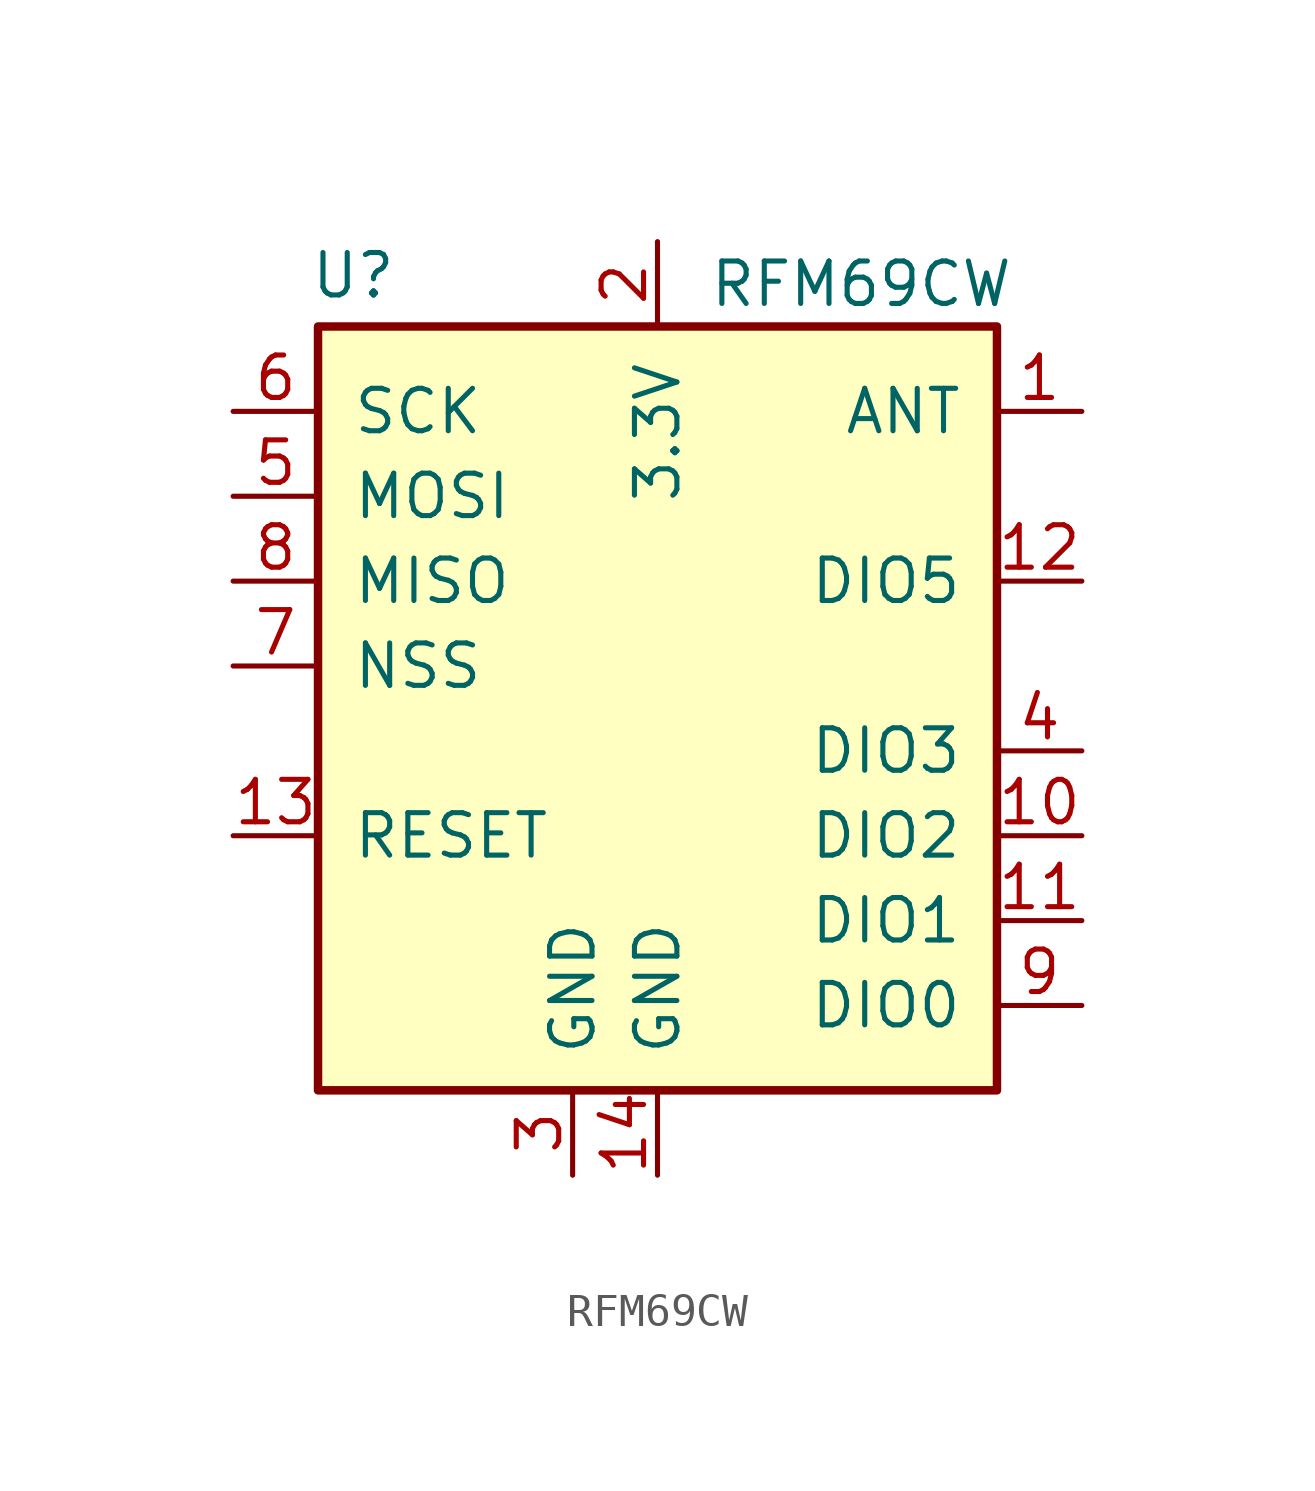
<source format=kicad_sym>
(kicad_symbol_lib
  (version 20220914)
  (generator kicad_symbol_editor)
  (symbol "RFM69CW"
    (pin_names
      (offset 1.016))
    (property "Reference" "U"
      (at -10.414 11.684 0)
      (effects (font (size 1.27 1.27)) (justify left)))
    (property "Value" "RFM69CW"
      (at 1.524 11.43 0)
      (effects (font (size 1.27 1.27)) (justify left)))
    (symbol "RFM69CW_0_1"
      (rectangle (start -10.16 10.16) (end 10.16 -12.7) (stroke (width 0.254) (type default)) (fill (type background))))
    (symbol "RFM69CW_1_1"
      (pin bidirectional line (at 12.7 7.62 180) (length 2.54) (name "ANT" (effects (font (size 1.27 1.27)))) (number "1" (effects (font (size 1.27 1.27)))))
      (pin bidirectional line (at 12.7 -5.08 180) (length 2.54) (name "DIO2" (effects (font (size 1.27 1.27)))) (number "10" (effects (font (size 1.27 1.27)))))
      (pin bidirectional line (at 12.7 -7.62 180) (length 2.54) (name "DIO1" (effects (font (size 1.27 1.27)))) (number "11" (effects (font (size 1.27 1.27)))))
      (pin bidirectional line (at 12.7 2.54 180) (length 2.54) (name "DIO5" (effects (font (size 1.27 1.27)))) (number "12" (effects (font (size 1.27 1.27)))))
      (pin bidirectional line (at -12.7 -5.08 0) (length 2.54) (name "RESET" (effects (font (size 1.27 1.27)))) (number "13" (effects (font (size 1.27 1.27)))))
      (pin power_in line (at 0 -15.24 90) (length 2.54) (name "GND" (effects (font (size 1.27 1.27)))) (number "14" (effects (font (size 1.27 1.27)))))
      (pin power_in line (at 0 12.7 270) (length 2.54) (name "3.3V" (effects (font (size 1.27 1.27)))) (number "2" (effects (font (size 1.27 1.27)))))
      (pin power_in line (at -2.54 -15.24 90) (length 2.54) (name "GND" (effects (font (size 1.27 1.27)))) (number "3" (effects (font (size 1.27 1.27)))))
      (pin bidirectional line (at 12.7 -2.54 180) (length 2.54) (name "DIO3" (effects (font (size 1.27 1.27)))) (number "4" (effects (font (size 1.27 1.27)))))
      (pin input line (at -12.7 5.08 0) (length 2.54) (name "MOSI" (effects (font (size 1.27 1.27)))) (number "5" (effects (font (size 1.27 1.27)))))
      (pin input line (at -12.7 7.62 0) (length 2.54) (name "SCK" (effects (font (size 1.27 1.27)))) (number "6" (effects (font (size 1.27 1.27)))))
      (pin input line (at -12.7 0 0) (length 2.54) (name "NSS" (effects (font (size 1.27 1.27)))) (number "7" (effects (font (size 1.27 1.27)))))
      (pin output line (at -12.7 2.54 0) (length 2.54) (name "MISO" (effects (font (size 1.27 1.27)))) (number "8" (effects (font (size 1.27 1.27)))))
      (pin bidirectional line (at 12.7 -10.16 180) (length 2.54) (name "DIO0" (effects (font (size 1.27 1.27)))) (number "9" (effects (font (size 1.27 1.27))))))))
</source>
